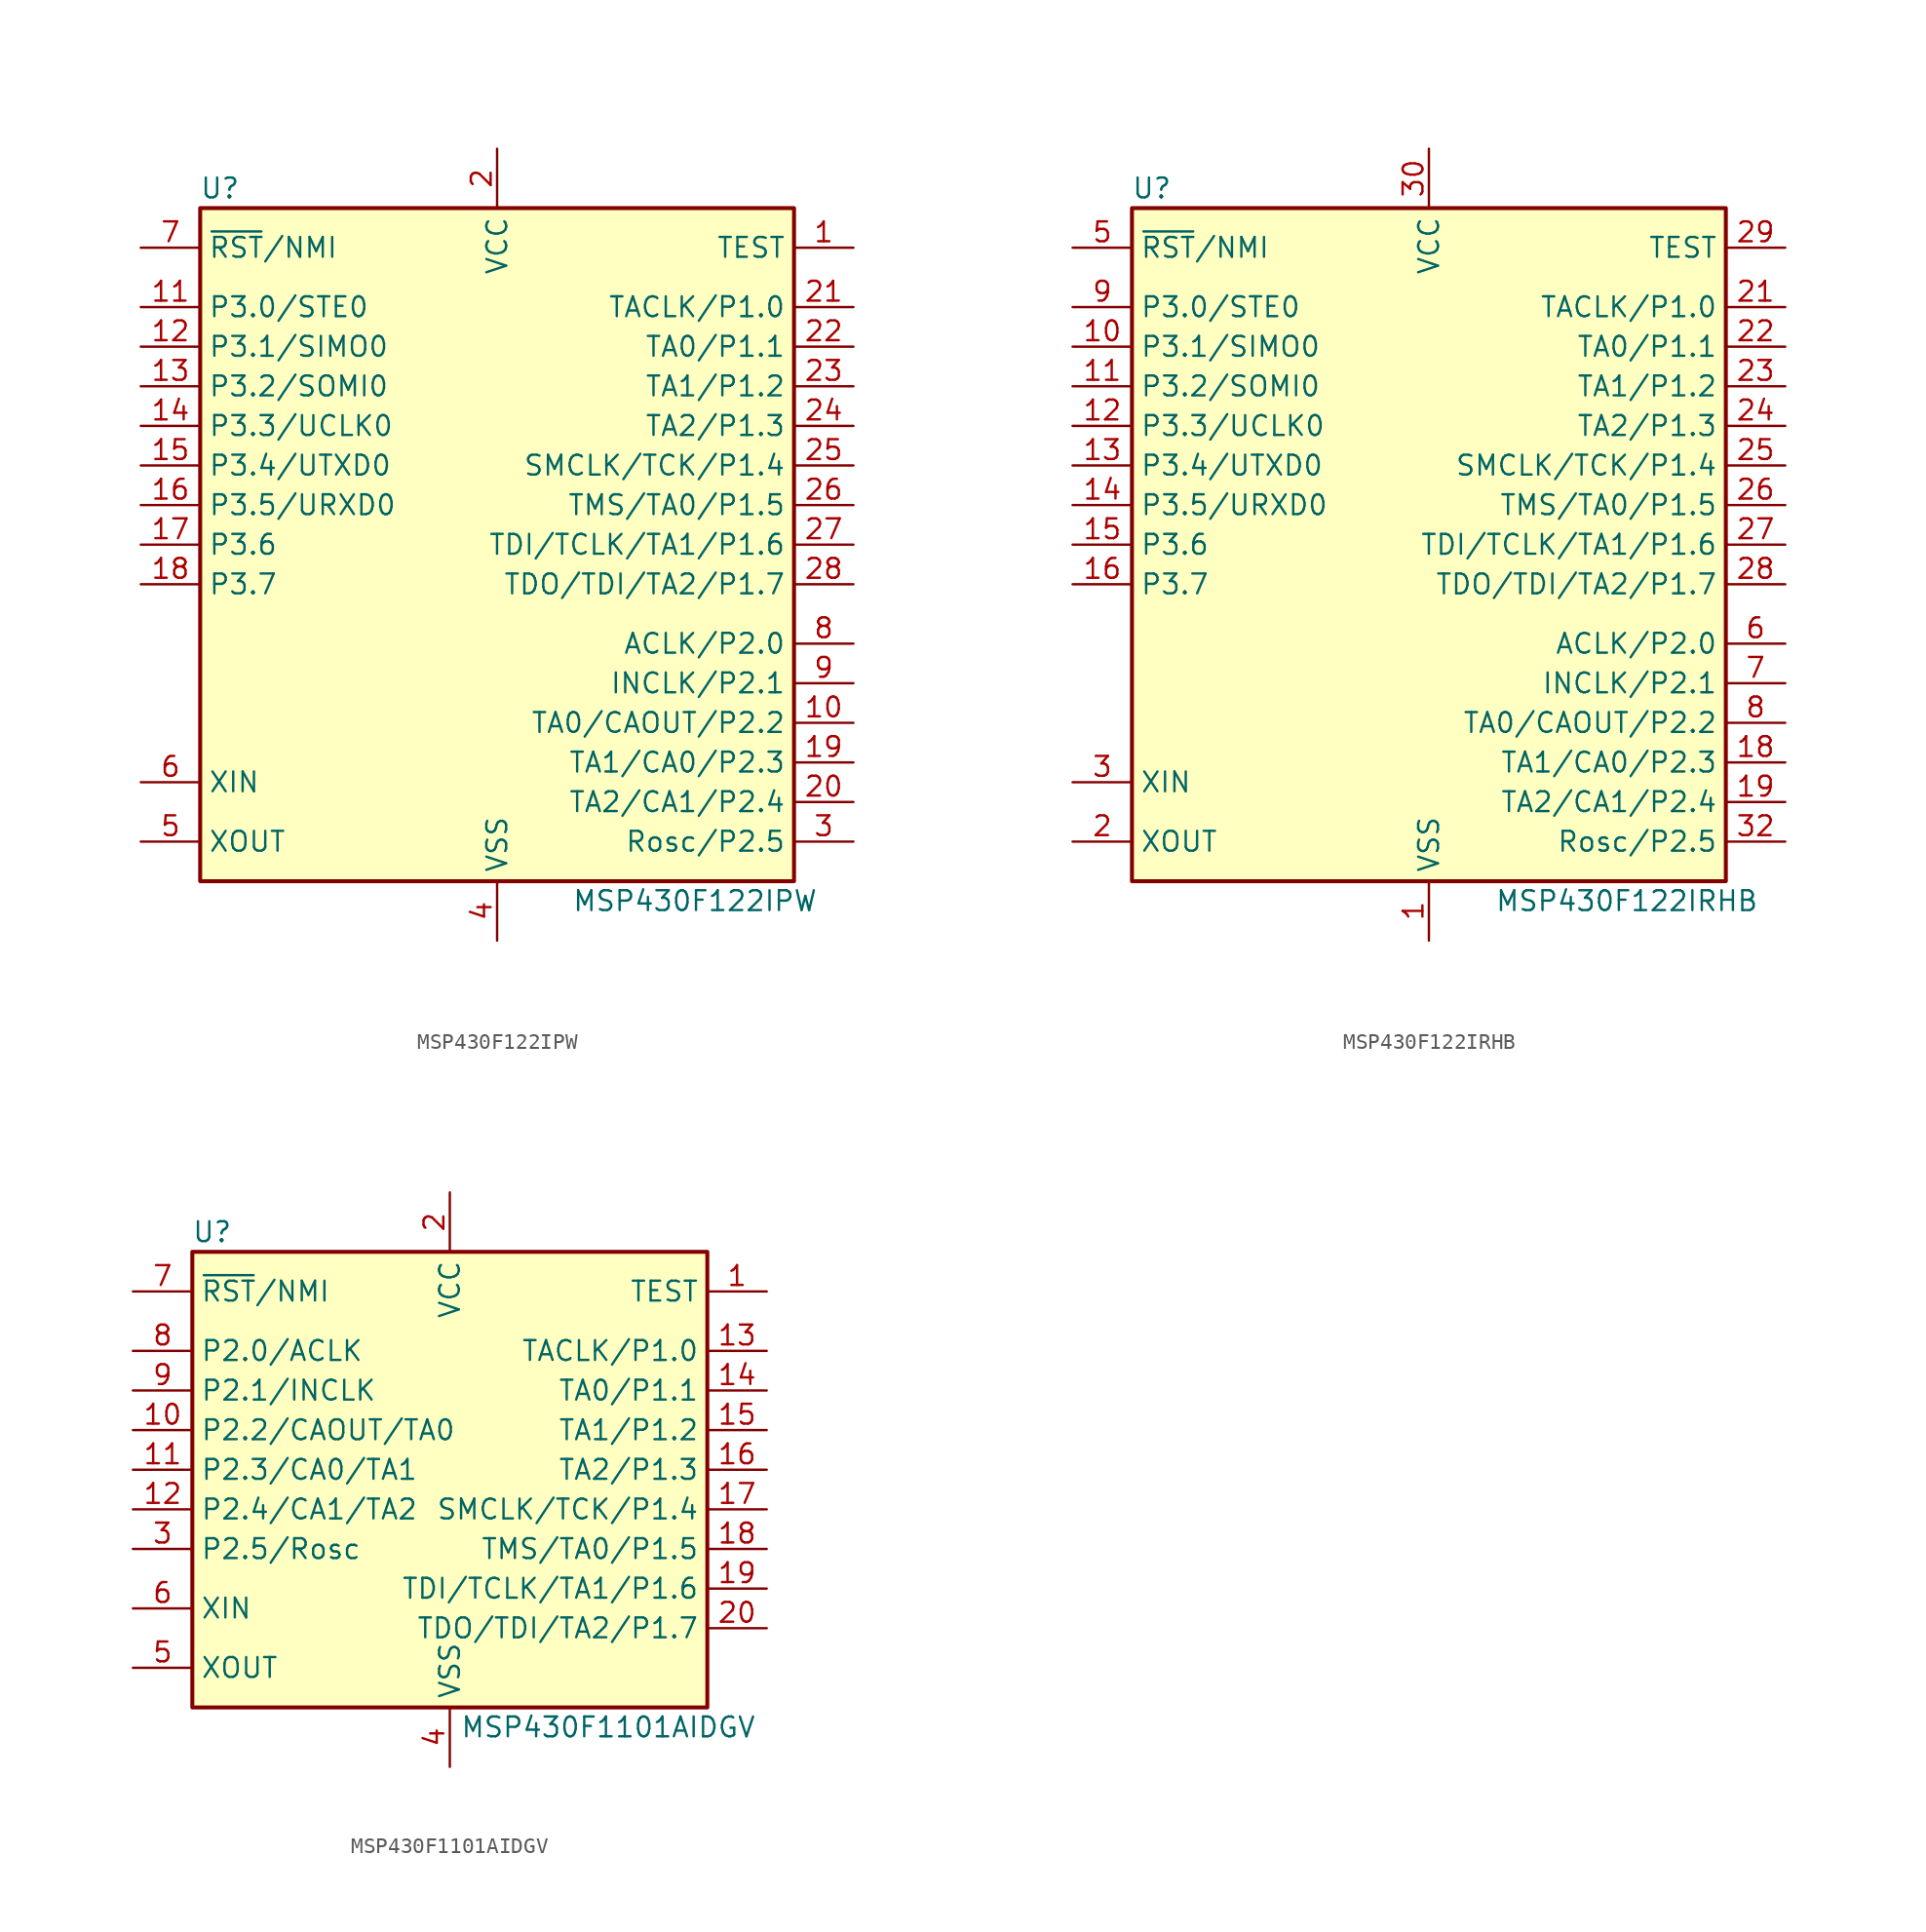
<source format=kicad_sym>
(kicad_symbol_lib
  (version 20201005)
  (generator kicad_symbol_editor)
  (symbol "MCU_Texas_MSP430:MSP430F122IPW"
    (property "Reference" "U"
      (at -17.78 22.86 0)
      (effects (font (size 1.27 1.27))))
    (property "Value" "MSP430F122IPW"
      (at 12.7 -22.86 0)
      (effects (font (size 1.27 1.27))))
    (symbol "MSP430F122IPW_0_1"
      (rectangle (start -19.05 21.59) (end 19.05 -21.59) (stroke (width 0.254)) (fill (type background))))
    (symbol "MSP430F122IPW_1_1"
      (pin input line (at 22.86 19.05 180) (length 3.81) (name "TEST" (effects (font (size 1.27 1.27)))) (number "1" (effects (font (size 1.27 1.27)))))
      (pin bidirectional line (at 22.86 -11.43 180) (length 3.81) (name "TA0/CAOUT/P2.2" (effects (font (size 1.27 1.27)))) (number "10" (effects (font (size 1.27 1.27)))))
      (pin bidirectional line (at -22.86 15.24 0) (length 3.81) (name "P3.0/STE0" (effects (font (size 1.27 1.27)))) (number "11" (effects (font (size 1.27 1.27)))))
      (pin bidirectional line (at -22.86 12.7 0) (length 3.81) (name "P3.1/SIMO0" (effects (font (size 1.27 1.27)))) (number "12" (effects (font (size 1.27 1.27)))))
      (pin bidirectional line (at -22.86 10.16 0) (length 3.81) (name "P3.2/SOMI0" (effects (font (size 1.27 1.27)))) (number "13" (effects (font (size 1.27 1.27)))))
      (pin bidirectional line (at -22.86 7.62 0) (length 3.81) (name "P3.3/UCLK0" (effects (font (size 1.27 1.27)))) (number "14" (effects (font (size 1.27 1.27)))))
      (pin bidirectional line (at -22.86 5.08 0) (length 3.81) (name "P3.4/UTXD0" (effects (font (size 1.27 1.27)))) (number "15" (effects (font (size 1.27 1.27)))))
      (pin bidirectional line (at -22.86 2.54 0) (length 3.81) (name "P3.5/URXD0" (effects (font (size 1.27 1.27)))) (number "16" (effects (font (size 1.27 1.27)))))
      (pin bidirectional line (at -22.86 0 0) (length 3.81) (name "P3.6" (effects (font (size 1.27 1.27)))) (number "17" (effects (font (size 1.27 1.27)))))
      (pin bidirectional line (at -22.86 -2.54 0) (length 3.81) (name "P3.7" (effects (font (size 1.27 1.27)))) (number "18" (effects (font (size 1.27 1.27)))))
      (pin bidirectional line (at 22.86 -13.97 180) (length 3.81) (name "TA1/CA0/P2.3" (effects (font (size 1.27 1.27)))) (number "19" (effects (font (size 1.27 1.27)))))
      (pin power_in line (at 0 25.4 270) (length 3.81) (name "VCC" (effects (font (size 1.27 1.27)))) (number "2" (effects (font (size 1.27 1.27)))))
      (pin bidirectional line (at 22.86 -16.51 180) (length 3.81) (name "TA2/CA1/P2.4" (effects (font (size 1.27 1.27)))) (number "20" (effects (font (size 1.27 1.27)))))
      (pin bidirectional line (at 22.86 15.24 180) (length 3.81) (name "TACLK/P1.0" (effects (font (size 1.27 1.27)))) (number "21" (effects (font (size 1.27 1.27)))))
      (pin bidirectional line (at 22.86 12.7 180) (length 3.81) (name "TA0/P1.1" (effects (font (size 1.27 1.27)))) (number "22" (effects (font (size 1.27 1.27)))))
      (pin bidirectional line (at 22.86 10.16 180) (length 3.81) (name "TA1/P1.2" (effects (font (size 1.27 1.27)))) (number "23" (effects (font (size 1.27 1.27)))))
      (pin bidirectional line (at 22.86 7.62 180) (length 3.81) (name "TA2/P1.3" (effects (font (size 1.27 1.27)))) (number "24" (effects (font (size 1.27 1.27)))))
      (pin bidirectional line (at 22.86 5.08 180) (length 3.81) (name "SMCLK/TCK/P1.4" (effects (font (size 1.27 1.27)))) (number "25" (effects (font (size 1.27 1.27)))))
      (pin bidirectional line (at 22.86 2.54 180) (length 3.81) (name "TMS/TA0/P1.5" (effects (font (size 1.27 1.27)))) (number "26" (effects (font (size 1.27 1.27)))))
      (pin bidirectional line (at 22.86 0 180) (length 3.81) (name "TDI/TCLK/TA1/P1.6" (effects (font (size 1.27 1.27)))) (number "27" (effects (font (size 1.27 1.27)))))
      (pin bidirectional line (at 22.86 -2.54 180) (length 3.81) (name "TDO/TDI/TA2/P1.7" (effects (font (size 1.27 1.27)))) (number "28" (effects (font (size 1.27 1.27)))))
      (pin bidirectional line (at 22.86 -19.05 180) (length 3.81) (name "Rosc/P2.5" (effects (font (size 1.27 1.27)))) (number "3" (effects (font (size 1.27 1.27)))))
      (pin power_in line (at 0 -25.4 90) (length 3.81) (name "VSS" (effects (font (size 1.27 1.27)))) (number "4" (effects (font (size 1.27 1.27)))))
      (pin output line (at -22.86 -19.05 0) (length 3.81) (name "XOUT" (effects (font (size 1.27 1.27)))) (number "5" (effects (font (size 1.27 1.27)))))
      (pin input line (at -22.86 -15.24 0) (length 3.81) (name "XIN" (effects (font (size 1.27 1.27)))) (number "6" (effects (font (size 1.27 1.27)))))
      (pin input line (at -22.86 19.05 0) (length 3.81) (name "~RST~/NMI" (effects (font (size 1.27 1.27)))) (number "7" (effects (font (size 1.27 1.27)))))
      (pin bidirectional line (at 22.86 -6.35 180) (length 3.81) (name "ACLK/P2.0" (effects (font (size 1.27 1.27)))) (number "8" (effects (font (size 1.27 1.27)))))
      (pin bidirectional line (at 22.86 -8.89 180) (length 3.81) (name "INCLK/P2.1" (effects (font (size 1.27 1.27)))) (number "9" (effects (font (size 1.27 1.27)))))))
  (symbol "MCU_Texas_MSP430:MSP430F122IRHB"
    (property "Reference" "U"
      (at -17.78 22.86 0)
      (effects (font (size 1.27 1.27))))
    (property "Value" "MSP430F122IRHB"
      (at 12.7 -22.86 0)
      (effects (font (size 1.27 1.27))))
    (symbol "MSP430F122IRHB_0_1"
      (rectangle (start -19.05 21.59) (end 19.05 -21.59) (stroke (width 0.254)) (fill (type background))))
    (symbol "MSP430F122IRHB_1_1"
      (pin power_in line (at 0 -25.4 90) (length 3.81) (name "VSS" (effects (font (size 1.27 1.27)))) (number "1" (effects (font (size 1.27 1.27)))))
      (pin bidirectional line (at -22.86 12.7 0) (length 3.81) (name "P3.1/SIMO0" (effects (font (size 1.27 1.27)))) (number "10" (effects (font (size 1.27 1.27)))))
      (pin bidirectional line (at -22.86 10.16 0) (length 3.81) (name "P3.2/SOMI0" (effects (font (size 1.27 1.27)))) (number "11" (effects (font (size 1.27 1.27)))))
      (pin bidirectional line (at -22.86 7.62 0) (length 3.81) (name "P3.3/UCLK0" (effects (font (size 1.27 1.27)))) (number "12" (effects (font (size 1.27 1.27)))))
      (pin bidirectional line (at -22.86 5.08 0) (length 3.81) (name "P3.4/UTXD0" (effects (font (size 1.27 1.27)))) (number "13" (effects (font (size 1.27 1.27)))))
      (pin bidirectional line (at -22.86 2.54 0) (length 3.81) (name "P3.5/URXD0" (effects (font (size 1.27 1.27)))) (number "14" (effects (font (size 1.27 1.27)))))
      (pin bidirectional line (at -22.86 0 0) (length 3.81) (name "P3.6" (effects (font (size 1.27 1.27)))) (number "15" (effects (font (size 1.27 1.27)))))
      (pin bidirectional line (at -22.86 -2.54 0) (length 3.81) (name "P3.7" (effects (font (size 1.27 1.27)))) (number "16" (effects (font (size 1.27 1.27)))))
      (pin bidirectional line (at 22.86 -13.97 180) (length 3.81) (name "TA1/CA0/P2.3" (effects (font (size 1.27 1.27)))) (number "18" (effects (font (size 1.27 1.27)))))
      (pin bidirectional line (at 22.86 -16.51 180) (length 3.81) (name "TA2/CA1/P2.4" (effects (font (size 1.27 1.27)))) (number "19" (effects (font (size 1.27 1.27)))))
      (pin output line (at -22.86 -19.05 0) (length 3.81) (name "XOUT" (effects (font (size 1.27 1.27)))) (number "2" (effects (font (size 1.27 1.27)))))
      (pin bidirectional line (at 22.86 15.24 180) (length 3.81) (name "TACLK/P1.0" (effects (font (size 1.27 1.27)))) (number "21" (effects (font (size 1.27 1.27)))))
      (pin bidirectional line (at 22.86 12.7 180) (length 3.81) (name "TA0/P1.1" (effects (font (size 1.27 1.27)))) (number "22" (effects (font (size 1.27 1.27)))))
      (pin bidirectional line (at 22.86 10.16 180) (length 3.81) (name "TA1/P1.2" (effects (font (size 1.27 1.27)))) (number "23" (effects (font (size 1.27 1.27)))))
      (pin bidirectional line (at 22.86 7.62 180) (length 3.81) (name "TA2/P1.3" (effects (font (size 1.27 1.27)))) (number "24" (effects (font (size 1.27 1.27)))))
      (pin bidirectional line (at 22.86 5.08 180) (length 3.81) (name "SMCLK/TCK/P1.4" (effects (font (size 1.27 1.27)))) (number "25" (effects (font (size 1.27 1.27)))))
      (pin bidirectional line (at 22.86 2.54 180) (length 3.81) (name "TMS/TA0/P1.5" (effects (font (size 1.27 1.27)))) (number "26" (effects (font (size 1.27 1.27)))))
      (pin bidirectional line (at 22.86 0 180) (length 3.81) (name "TDI/TCLK/TA1/P1.6" (effects (font (size 1.27 1.27)))) (number "27" (effects (font (size 1.27 1.27)))))
      (pin bidirectional line (at 22.86 -2.54 180) (length 3.81) (name "TDO/TDI/TA2/P1.7" (effects (font (size 1.27 1.27)))) (number "28" (effects (font (size 1.27 1.27)))))
      (pin input line (at 22.86 19.05 180) (length 3.81) (name "TEST" (effects (font (size 1.27 1.27)))) (number "29" (effects (font (size 1.27 1.27)))))
      (pin input line (at -22.86 -15.24 0) (length 3.81) (name "XIN" (effects (font (size 1.27 1.27)))) (number "3" (effects (font (size 1.27 1.27)))))
      (pin power_in line (at 0 25.4 270) (length 3.81) (name "VCC" (effects (font (size 1.27 1.27)))) (number "30" (effects (font (size 1.27 1.27)))))
      (pin bidirectional line (at 22.86 -19.05 180) (length 3.81) (name "Rosc/P2.5" (effects (font (size 1.27 1.27)))) (number "32" (effects (font (size 1.27 1.27)))))
      (pin input line (at -22.86 19.05 0) (length 3.81) (name "~RST~/NMI" (effects (font (size 1.27 1.27)))) (number "5" (effects (font (size 1.27 1.27)))))
      (pin bidirectional line (at 22.86 -6.35 180) (length 3.81) (name "ACLK/P2.0" (effects (font (size 1.27 1.27)))) (number "6" (effects (font (size 1.27 1.27)))))
      (pin bidirectional line (at 22.86 -8.89 180) (length 3.81) (name "INCLK/P2.1" (effects (font (size 1.27 1.27)))) (number "7" (effects (font (size 1.27 1.27)))))
      (pin bidirectional line (at 22.86 -11.43 180) (length 3.81) (name "TA0/CAOUT/P2.2" (effects (font (size 1.27 1.27)))) (number "8" (effects (font (size 1.27 1.27)))))
      (pin bidirectional line (at -22.86 15.24 0) (length 3.81) (name "P3.0/STE0" (effects (font (size 1.27 1.27)))) (number "9" (effects (font (size 1.27 1.27)))))))
  (symbol "MCU_Texas_MSP430:MSP430F1101AIDGV"
    (property "Reference" "U"
      (at -15.24 15.24 0)
      (effects (font (size 1.27 1.27))))
    (property "Value" "MSP430F1101AIDGV"
      (at 10.16 -16.51 0)
      (effects (font (size 1.27 1.27))))
    (symbol "MSP430F1101AIDGV_0_1"
      (rectangle (start -16.51 13.97) (end 16.51 -15.24) (stroke (width 0.254)) (fill (type background))))
    (symbol "MSP430F1101AIDGV_1_1"
      (pin input line (at 20.32 11.43 180) (length 3.81) (name "TEST" (effects (font (size 1.27 1.27)))) (number "1" (effects (font (size 1.27 1.27)))))
      (pin bidirectional line (at -20.32 2.54 0) (length 3.81) (name "P2.2/CAOUT/TA0" (effects (font (size 1.27 1.27)))) (number "10" (effects (font (size 1.27 1.27)))))
      (pin bidirectional line (at -20.32 0 0) (length 3.81) (name "P2.3/CA0/TA1" (effects (font (size 1.27 1.27)))) (number "11" (effects (font (size 1.27 1.27)))))
      (pin bidirectional line (at -20.32 -2.54 0) (length 3.81) (name "P2.4/CA1/TA2" (effects (font (size 1.27 1.27)))) (number "12" (effects (font (size 1.27 1.27)))))
      (pin bidirectional line (at 20.32 7.62 180) (length 3.81) (name "TACLK/P1.0" (effects (font (size 1.27 1.27)))) (number "13" (effects (font (size 1.27 1.27)))))
      (pin bidirectional line (at 20.32 5.08 180) (length 3.81) (name "TA0/P1.1" (effects (font (size 1.27 1.27)))) (number "14" (effects (font (size 1.27 1.27)))))
      (pin bidirectional line (at 20.32 2.54 180) (length 3.81) (name "TA1/P1.2" (effects (font (size 1.27 1.27)))) (number "15" (effects (font (size 1.27 1.27)))))
      (pin bidirectional line (at 20.32 0 180) (length 3.81) (name "TA2/P1.3" (effects (font (size 1.27 1.27)))) (number "16" (effects (font (size 1.27 1.27)))))
      (pin bidirectional line (at 20.32 -2.54 180) (length 3.81) (name "SMCLK/TCK/P1.4" (effects (font (size 1.27 1.27)))) (number "17" (effects (font (size 1.27 1.27)))))
      (pin bidirectional line (at 20.32 -5.08 180) (length 3.81) (name "TMS/TA0/P1.5" (effects (font (size 1.27 1.27)))) (number "18" (effects (font (size 1.27 1.27)))))
      (pin bidirectional line (at 20.32 -7.62 180) (length 3.81) (name "TDI/TCLK/TA1/P1.6" (effects (font (size 1.27 1.27)))) (number "19" (effects (font (size 1.27 1.27)))))
      (pin power_in line (at 0 17.78 270) (length 3.81) (name "VCC" (effects (font (size 1.27 1.27)))) (number "2" (effects (font (size 1.27 1.27)))))
      (pin bidirectional line (at 20.32 -10.16 180) (length 3.81) (name "TDO/TDI/TA2/P1.7" (effects (font (size 1.27 1.27)))) (number "20" (effects (font (size 1.27 1.27)))))
      (pin bidirectional line (at -20.32 -5.08 0) (length 3.81) (name "P2.5/Rosc" (effects (font (size 1.27 1.27)))) (number "3" (effects (font (size 1.27 1.27)))))
      (pin power_in line (at 0 -19.05 90) (length 3.81) (name "VSS" (effects (font (size 1.27 1.27)))) (number "4" (effects (font (size 1.27 1.27)))))
      (pin output line (at -20.32 -12.7 0) (length 3.81) (name "XOUT" (effects (font (size 1.27 1.27)))) (number "5" (effects (font (size 1.27 1.27)))))
      (pin input line (at -20.32 -8.89 0) (length 3.81) (name "XIN" (effects (font (size 1.27 1.27)))) (number "6" (effects (font (size 1.27 1.27)))))
      (pin input line (at -20.32 11.43 0) (length 3.81) (name "~RST~/NMI" (effects (font (size 1.27 1.27)))) (number "7" (effects (font (size 1.27 1.27)))))
      (pin bidirectional line (at -20.32 7.62 0) (length 3.81) (name "P2.0/ACLK" (effects (font (size 1.27 1.27)))) (number "8" (effects (font (size 1.27 1.27)))))
      (pin bidirectional line (at -20.32 5.08 0) (length 3.81) (name "P2.1/INCLK" (effects (font (size 1.27 1.27)))) (number "9" (effects (font (size 1.27 1.27))))))))
</source>
